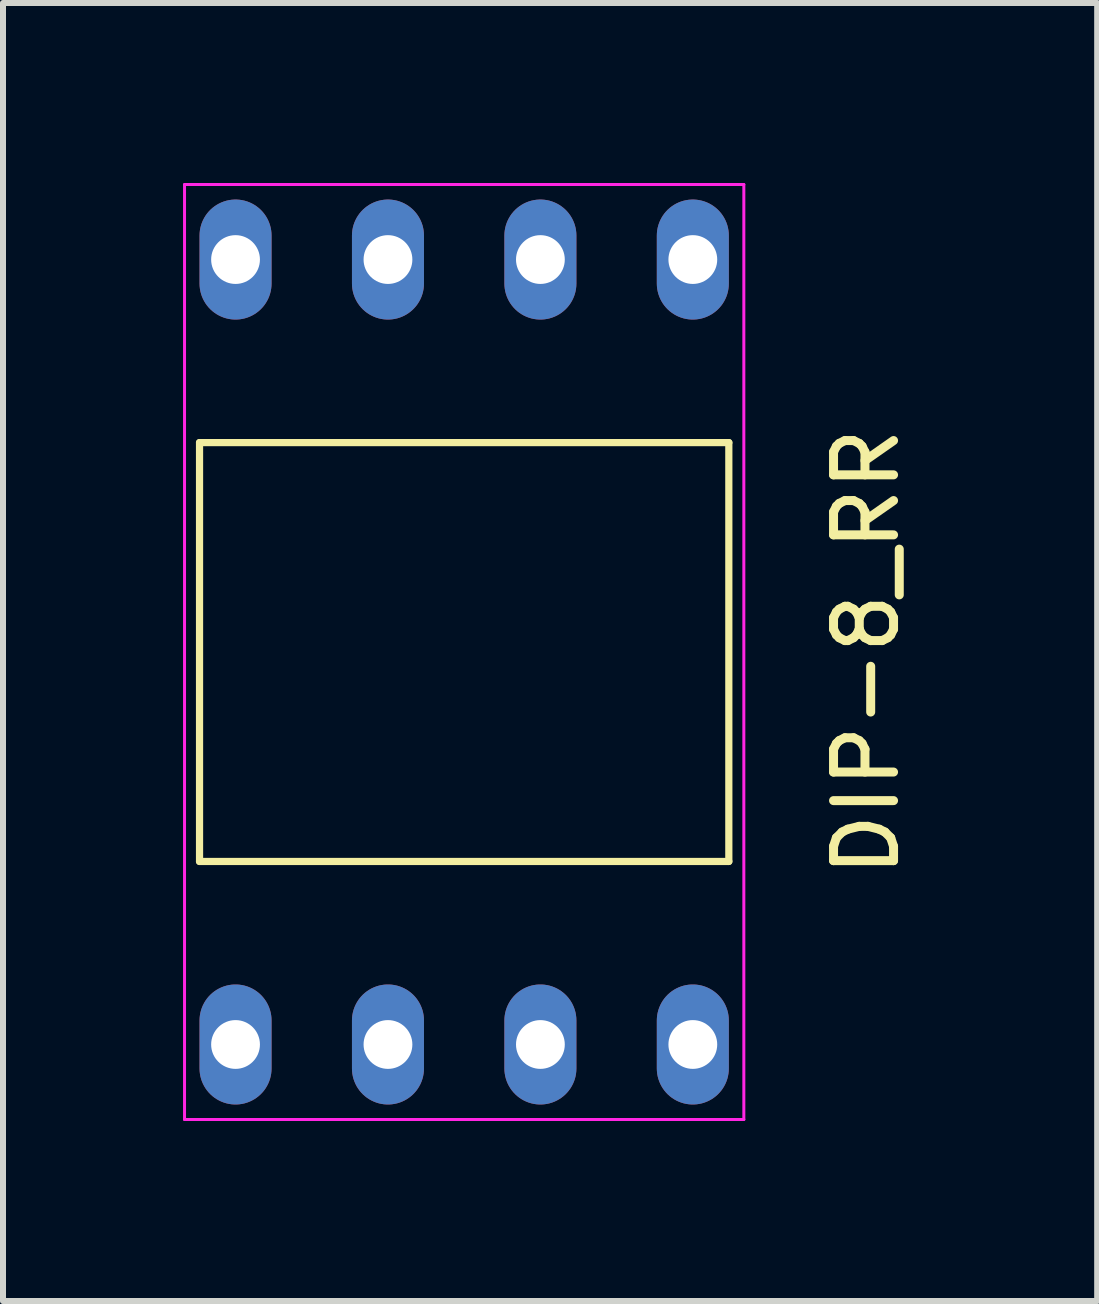
<source format=kicad_pcb>
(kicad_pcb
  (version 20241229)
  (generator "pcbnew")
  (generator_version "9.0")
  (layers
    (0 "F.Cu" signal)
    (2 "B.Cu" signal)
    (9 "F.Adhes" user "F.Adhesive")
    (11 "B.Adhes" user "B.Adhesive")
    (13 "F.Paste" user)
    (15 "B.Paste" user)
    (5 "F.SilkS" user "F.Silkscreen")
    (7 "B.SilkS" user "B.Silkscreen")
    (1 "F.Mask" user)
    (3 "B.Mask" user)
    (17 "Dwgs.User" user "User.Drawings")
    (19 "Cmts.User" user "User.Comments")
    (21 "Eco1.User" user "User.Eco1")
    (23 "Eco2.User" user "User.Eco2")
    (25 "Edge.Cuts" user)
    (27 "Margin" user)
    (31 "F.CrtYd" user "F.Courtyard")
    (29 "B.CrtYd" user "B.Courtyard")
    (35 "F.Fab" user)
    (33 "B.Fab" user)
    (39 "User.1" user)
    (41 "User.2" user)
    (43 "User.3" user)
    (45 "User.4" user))
  (footprint "DIP-8_RR"
    (layer "F.Cu")
    (at 4.685 7.815)
    (property "Reference" "DIP-8_RR" (at 6.7 0 90) (layer "F.SilkS") (effects (font (size 1 1) (thickness 0.15))))
    (attr through_hole)
    (fp_line (start -4.41 -3.49) (end -4.41 3.49) (stroke (width 0.12) (type solid)) (layer "F.SilkS"))
    (fp_line (start -4.41 3.49) (end 4.41 3.49) (stroke (width 0.12) (type solid)) (layer "F.SilkS"))
    (fp_line (start 4.41 -3.49) (end -4.41 -3.49) (stroke (width 0.12) (type solid)) (layer "F.SilkS"))
    (fp_line (start 4.41 3.49) (end 4.41 -3.49) (stroke (width 0.12) (type solid)) (layer "F.SilkS"))
    (fp_line (start -4.66 -7.79) (end 4.66 -7.79) (stroke (width 0.05) (type solid)) (layer "F.CrtYd"))
    (fp_line (start -4.66 7.79) (end -4.66 -7.79) (stroke (width 0.05) (type solid)) (layer "F.CrtYd"))
    (fp_line (start 4.66 -7.79) (end 4.66 7.79) (stroke (width 0.05) (type solid)) (layer "F.CrtYd"))
    (fp_line (start 4.66 7.79) (end -4.66 7.79) (stroke (width 0.05) (type solid)) (layer "F.CrtYd"))
    (pad "1" thru_hole oval (at -3.81 6.54) (size 1.2 2) (drill 0.813) (layers "*.Cu" "*.Mask"))
    (pad "2" thru_hole oval (at -1.27 6.54) (size 1.2 2) (drill 0.813) (layers "*.Cu" "*.Mask"))
    (pad "3" thru_hole oval (at 1.27 6.54) (size 1.2 2) (drill 0.813) (layers "*.Cu" "*.Mask"))
    (pad "4" thru_hole oval (at 3.81 6.54) (size 1.2 2) (drill 0.813) (layers "*.Cu" "*.Mask"))
    (pad "5" thru_hole oval (at 3.81 -6.54) (size 1.2 2) (drill 0.813) (layers "*.Cu" "*.Mask"))
    (pad "6" thru_hole oval (at 1.27 -6.54) (size 1.2 2) (drill 0.813) (layers "*.Cu" "*.Mask"))
    (pad "7" thru_hole oval (at -1.27 -6.54) (size 1.2 2) (drill 0.813) (layers "*.Cu" "*.Mask"))
    (pad "8" thru_hole oval (at -3.81 -6.54) (size 1.2 2) (drill 0.813) (layers "*.Cu" "*.Mask")))
  (gr_rect
    (start -3 -3)
    (end 15.233 18.63)
    (stroke (width 0.1) (type default))
    (fill no)
    (layer "Edge.Cuts")))
</source>
